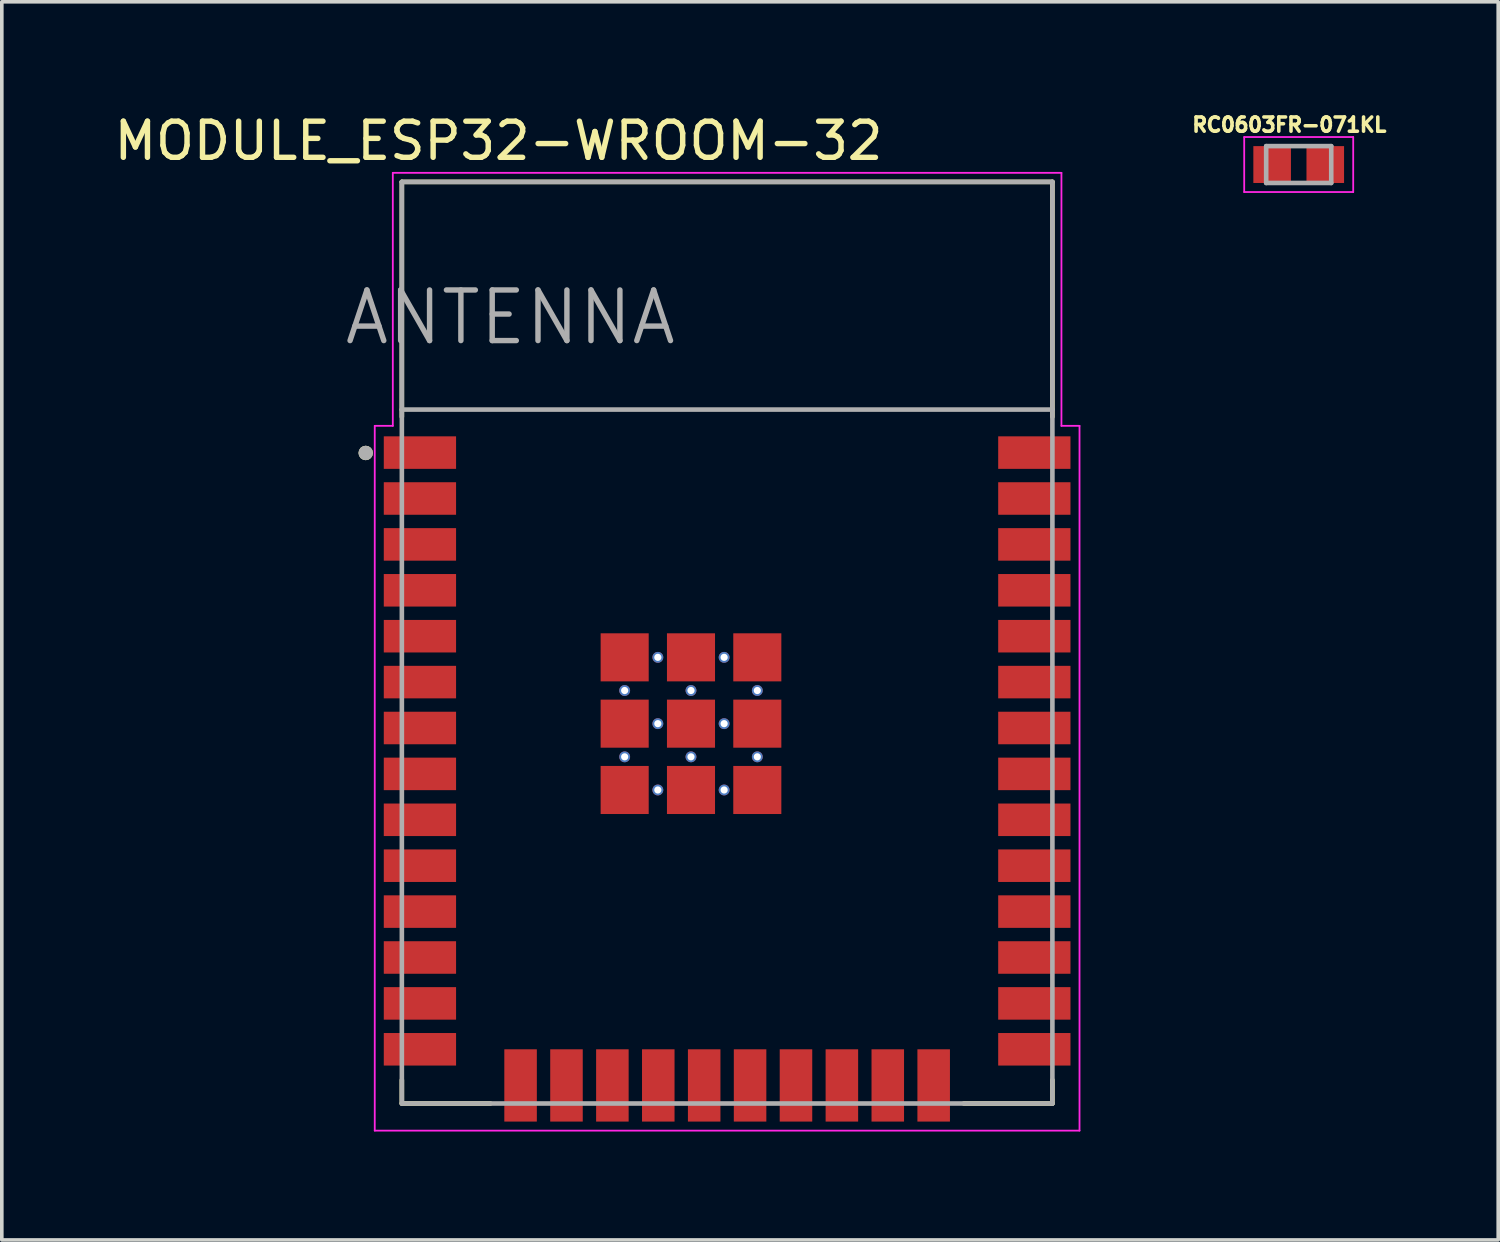
<source format=kicad_pcb>
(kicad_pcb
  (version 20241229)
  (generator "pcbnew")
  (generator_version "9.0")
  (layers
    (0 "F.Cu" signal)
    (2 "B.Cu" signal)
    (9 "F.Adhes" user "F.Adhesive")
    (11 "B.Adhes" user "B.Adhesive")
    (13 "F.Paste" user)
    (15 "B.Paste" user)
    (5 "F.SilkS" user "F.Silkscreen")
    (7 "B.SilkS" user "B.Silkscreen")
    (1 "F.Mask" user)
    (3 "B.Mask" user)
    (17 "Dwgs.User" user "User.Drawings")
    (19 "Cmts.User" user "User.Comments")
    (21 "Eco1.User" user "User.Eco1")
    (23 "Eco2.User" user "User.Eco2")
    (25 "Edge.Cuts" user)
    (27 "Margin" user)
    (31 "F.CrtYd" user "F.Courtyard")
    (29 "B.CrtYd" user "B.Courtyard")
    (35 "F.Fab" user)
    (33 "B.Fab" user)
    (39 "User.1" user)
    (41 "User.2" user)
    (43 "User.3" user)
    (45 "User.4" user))
  (footprint "MODULE_ESP32-WROOM-32"
    (layer "F.Cu")
    (at 17.069 14.733)
    (property "Reference" "MODULE_ESP32-WROOM-32" (at -6.325 -13.885 0) (layer "F.SilkS") (effects (font (size 1 1) (thickness 0.15))))
    (attr through_hole)
    (fp_line (start -9 -12.75) (end 9 -12.75) (stroke (width 0.127) (type solid)) (layer "F.SilkS"))
    (fp_line (start -9 -6.25) (end -9 -12.75) (stroke (width 0.127) (type solid)) (layer "F.SilkS"))
    (fp_line (start -9 12.1) (end -9 12.75) (stroke (width 0.127) (type solid)) (layer "F.SilkS"))
    (fp_line (start -9 12.75) (end -6.55 12.75) (stroke (width 0.127) (type solid)) (layer "F.SilkS"))
    (fp_line (start 6.55 12.75) (end 9 12.75) (stroke (width 0.127) (type solid)) (layer "F.SilkS"))
    (fp_line (start 9 -12.75) (end 9 -6.25) (stroke (width 0.127) (type solid)) (layer "F.SilkS"))
    (fp_line (start 9 12.75) (end 9 12.1) (stroke (width 0.127) (type solid)) (layer "F.SilkS"))
    (fp_circle (center -10 -5.25) (end -9.9 -5.25) (stroke (width 0.2) (type solid)) (fill no) (layer "F.SilkS"))
    (fp_line (start -9.75 -6) (end -9.25 -6) (stroke (width 0.05) (type solid)) (layer "F.CrtYd"))
    (fp_line (start -9.75 13.5) (end -9.75 -6) (stroke (width 0.05) (type solid)) (layer "F.CrtYd"))
    (fp_line (start -9.25 -13) (end 9.25 -13) (stroke (width 0.05) (type solid)) (layer "F.CrtYd"))
    (fp_line (start -9.25 -6) (end -9.25 -13) (stroke (width 0.05) (type solid)) (layer "F.CrtYd"))
    (fp_line (start 9.25 -13) (end 9.25 -6) (stroke (width 0.05) (type solid)) (layer "F.CrtYd"))
    (fp_line (start 9.25 -6) (end 9.75 -6) (stroke (width 0.05) (type solid)) (layer "F.CrtYd"))
    (fp_line (start 9.75 -6) (end 9.75 13.5) (stroke (width 0.05) (type solid)) (layer "F.CrtYd"))
    (fp_line (start 9.75 13.5) (end -9.75 13.5) (stroke (width 0.05) (type solid)) (layer "F.CrtYd"))
    (fp_line (start -9 -12.75) (end -9 -6.45) (stroke (width 0.127) (type solid)) (layer "F.Fab"))
    (fp_line (start -9 -12.75) (end 9 -12.75) (stroke (width 0.127) (type solid)) (layer "F.Fab"))
    (fp_line (start -9 -6.45) (end 9 -6.45) (stroke (width 0.127) (type solid)) (layer "F.Fab"))
    (fp_line (start -9 12.75) (end -9 -6.45) (stroke (width 0.127) (type solid)) (layer "F.Fab"))
    (fp_line (start 9 -12.75) (end 9 -6.45) (stroke (width 0.127) (type solid)) (layer "F.Fab"))
    (fp_line (start 9 -6.45) (end 9 12.75) (stroke (width 0.127) (type solid)) (layer "F.Fab"))
    (fp_line (start 9 12.75) (end -9 12.75) (stroke (width 0.127) (type solid)) (layer "F.Fab"))
    (fp_circle (center -10 -5.25) (end -9.9 -5.25) (stroke (width 0.2) (type solid)) (fill no) (layer "F.Fab"))
    (fp_text user "ANTENNA" (at -6 -9 0) (layer "F.Fab") (effects (font (size 1.4 1.4) (thickness 0.15))))
    (pad "1" smd rect (at -8.5 -5.26) (size 2 0.9) (layers "F.Cu" "F.Mask" "F.Paste"))
    (pad "2" smd rect (at -8.5 -3.99) (size 2 0.9) (layers "F.Cu" "F.Mask" "F.Paste"))
    (pad "3" smd rect (at -8.5 -2.72) (size 2 0.9) (layers "F.Cu" "F.Mask" "F.Paste"))
    (pad "4" smd rect (at -8.5 -1.45) (size 2 0.9) (layers "F.Cu" "F.Mask" "F.Paste"))
    (pad "5" smd rect (at -8.5 -0.18) (size 2 0.9) (layers "F.Cu" "F.Mask" "F.Paste"))
    (pad "6" smd rect (at -8.5 1.09) (size 2 0.9) (layers "F.Cu" "F.Mask" "F.Paste"))
    (pad "7" smd rect (at -8.5 2.36) (size 2 0.9) (layers "F.Cu" "F.Mask" "F.Paste"))
    (pad "8" smd rect (at -8.5 3.63) (size 2 0.9) (layers "F.Cu" "F.Mask" "F.Paste"))
    (pad "9" smd rect (at -8.5 4.9) (size 2 0.9) (layers "F.Cu" "F.Mask" "F.Paste"))
    (pad "10" smd rect (at -8.5 6.17) (size 2 0.9) (layers "F.Cu" "F.Mask" "F.Paste"))
    (pad "11" smd rect (at -8.5 7.44) (size 2 0.9) (layers "F.Cu" "F.Mask" "F.Paste"))
    (pad "12" smd rect (at -8.5 8.71) (size 2 0.9) (layers "F.Cu" "F.Mask" "F.Paste"))
    (pad "13" smd rect (at -8.5 9.98) (size 2 0.9) (layers "F.Cu" "F.Mask" "F.Paste"))
    (pad "14" smd rect (at -8.5 11.25) (size 2 0.9) (layers "F.Cu" "F.Mask" "F.Paste"))
    (pad "15" smd rect (at -5.715 12.25) (size 0.9 2) (layers "F.Cu" "F.Mask" "F.Paste"))
    (pad "16" smd rect (at -4.445 12.25) (size 0.9 2) (layers "F.Cu" "F.Mask" "F.Paste"))
    (pad "17" smd rect (at -3.175 12.25) (size 0.9 2) (layers "F.Cu" "F.Mask" "F.Paste"))
    (pad "18" smd rect (at -1.905 12.25) (size 0.9 2) (layers "F.Cu" "F.Mask" "F.Paste"))
    (pad "19" smd rect (at -0.635 12.25) (size 0.9 2) (layers "F.Cu" "F.Mask" "F.Paste"))
    (pad "20" smd rect (at 0.635 12.25) (size 0.9 2) (layers "F.Cu" "F.Mask" "F.Paste"))
    (pad "21" smd rect (at 1.905 12.25) (size 0.9 2) (layers "F.Cu" "F.Mask" "F.Paste"))
    (pad "22" smd rect (at 3.175 12.25) (size 0.9 2) (layers "F.Cu" "F.Mask" "F.Paste"))
    (pad "23" smd rect (at 4.445 12.25) (size 0.9 2) (layers "F.Cu" "F.Mask" "F.Paste"))
    (pad "24" smd rect (at 5.715 12.25) (size 0.9 2) (layers "F.Cu" "F.Mask" "F.Paste"))
    (pad "25" smd rect (at 8.5 11.25) (size 2 0.9) (layers "F.Cu" "F.Mask" "F.Paste"))
    (pad "26" smd rect (at 8.5 9.98) (size 2 0.9) (layers "F.Cu" "F.Mask" "F.Paste"))
    (pad "27" smd rect (at 8.5 8.71) (size 2 0.9) (layers "F.Cu" "F.Mask" "F.Paste"))
    (pad "28" smd rect (at 8.5 7.44) (size 2 0.9) (layers "F.Cu" "F.Mask" "F.Paste"))
    (pad "29" smd rect (at 8.5 6.17) (size 2 0.9) (layers "F.Cu" "F.Mask" "F.Paste"))
    (pad "30" smd rect (at 8.5 4.9) (size 2 0.9) (layers "F.Cu" "F.Mask" "F.Paste"))
    (pad "31" smd rect (at 8.5 3.63) (size 2 0.9) (layers "F.Cu" "F.Mask" "F.Paste"))
    (pad "32" smd rect (at 8.5 2.36) (size 2 0.9) (layers "F.Cu" "F.Mask" "F.Paste"))
    (pad "33" smd rect (at 8.5 1.09) (size 2 0.9) (layers "F.Cu" "F.Mask" "F.Paste"))
    (pad "34" smd rect (at 8.5 -0.18) (size 2 0.9) (layers "F.Cu" "F.Mask" "F.Paste"))
    (pad "35" smd rect (at 8.5 -1.45) (size 2 0.9) (layers "F.Cu" "F.Mask" "F.Paste"))
    (pad "36" smd rect (at 8.5 -2.72) (size 2 0.9) (layers "F.Cu" "F.Mask" "F.Paste"))
    (pad "37" smd rect (at 8.5 -3.99) (size 2 0.9) (layers "F.Cu" "F.Mask" "F.Paste"))
    (pad "38" smd rect (at 8.5 -5.26) (size 2 0.9) (layers "F.Cu" "F.Mask" "F.Paste"))
    (pad "39_1" smd rect (at -2.835 0.405) (size 1.33 1.33) (layers "F.Cu" "F.Mask" "F.Paste"))
    (pad "39_2" smd rect (at -1 0.405) (size 1.33 1.33) (layers "F.Cu" "F.Mask" "F.Paste"))
    (pad "39_3" smd rect (at 0.835 0.405) (size 1.33 1.33) (layers "F.Cu" "F.Mask" "F.Paste"))
    (pad "39_4" smd rect (at -2.835 2.24) (size 1.33 1.33) (layers "F.Cu" "F.Mask" "F.Paste"))
    (pad "39_5" smd rect (at -1 2.24) (size 1.33 1.33) (layers "F.Cu" "F.Mask" "F.Paste"))
    (pad "39_6" smd rect (at 0.835 2.24) (size 1.33 1.33) (layers "F.Cu" "F.Mask" "F.Paste"))
    (pad "39_7" smd rect (at -2.835 4.075) (size 1.33 1.33) (layers "F.Cu" "F.Mask" "F.Paste"))
    (pad "39_8" smd rect (at -1 4.075) (size 1.33 1.33) (layers "F.Cu" "F.Mask" "F.Paste"))
    (pad "39_9" smd rect (at 0.835 4.075) (size 1.33 1.33) (layers "F.Cu" "F.Mask" "F.Paste"))
    (pad "39_10" thru_hole circle (at -1.917 0.405) (size 0.3 0.3) (drill 0.2) (layers "*.Cu" "*.Mask"))
    (pad "39_11" thru_hole circle (at -0.083 0.405) (size 0.3 0.3) (drill 0.2) (layers "*.Cu" "*.Mask"))
    (pad "39_12" thru_hole circle (at -2.835 1.323) (size 0.3 0.3) (drill 0.2) (layers "*.Cu" "*.Mask"))
    (pad "39_13" thru_hole circle (at -1 1.323) (size 0.3 0.3) (drill 0.2) (layers "*.Cu" "*.Mask"))
    (pad "39_14" thru_hole circle (at 0.835 1.323) (size 0.3 0.3) (drill 0.2) (layers "*.Cu" "*.Mask"))
    (pad "39_15" thru_hole circle (at -1.917 2.24) (size 0.3 0.3) (drill 0.2) (layers "*.Cu" "*.Mask"))
    (pad "39_16" thru_hole circle (at -0.083 2.24) (size 0.3 0.3) (drill 0.2) (layers "*.Cu" "*.Mask"))
    (pad "39_17" thru_hole circle (at -2.835 3.158) (size 0.3 0.3) (drill 0.2) (layers "*.Cu" "*.Mask"))
    (pad "39_18" thru_hole circle (at -1 3.158) (size 0.3 0.3) (drill 0.2) (layers "*.Cu" "*.Mask"))
    (pad "39_19" thru_hole circle (at 0.835 3.158) (size 0.3 0.3) (drill 0.2) (layers "*.Cu" "*.Mask"))
    (pad "39_20" thru_hole circle (at -1.917 4.075) (size 0.3 0.3) (drill 0.2) (layers "*.Cu" "*.Mask"))
    (pad "39_21" thru_hole circle (at -0.083 4.075) (size 0.3 0.3) (drill 0.2) (layers "*.Cu" "*.Mask"))
    (zone (net_name "") (layer "F.Cu") (hatch full 0.508) (connect_pads) (min_thickness 0.01) (filled_areas_thickness no) (keepout (tracks not_allowed) (vias not_allowed) (pads not_allowed) (copperpour not_allowed) (footprints allowed)) (placement (enabled no)) (fill) (polygon (pts (xy 8.069 1.983) (xy 26.069 1.983) (xy 26.069 8.283) (xy 8.069 8.283))))
    (zone (net_name "") (layers "F.Cu" "B.Cu") (hatch full 0.508) (connect_pads) (min_thickness 0.01) (filled_areas_thickness no) (keepout (tracks allowed) (vias not_allowed) (pads allowed) (copperpour allowed) (footprints allowed)) (placement (enabled no)) (fill) (polygon (pts (xy 8.069 1.983) (xy 26.069 1.983) (xy 26.069 8.283) (xy 8.069 8.283))))
    (zone (net_name "") (layer "B.Cu") (hatch full 0.508) (connect_pads) (min_thickness 0.01) (filled_areas_thickness no) (keepout (tracks not_allowed) (vias not_allowed) (pads not_allowed) (copperpour not_allowed) (footprints allowed)) (placement (enabled no)) (fill) (polygon (pts (xy 8.069 1.983) (xy 26.069 1.983) (xy 26.069 8.283) (xy 8.069 8.283)))))
  (footprint "RC0603FR-071KL"
    (layer "F.Cu")
    (at 32.884 1.503)
    (property "Reference" "RC0603FR-071KL" (at -0.26 -1.1 0) (layer "F.SilkS") (effects (font (size 0.394 0.394) (thickness 0.15))))
    (attr through_hole)
    (fp_line (start -1.508 -0.761) (end 1.508 -0.761) (stroke (width 0.05) (type solid)) (layer "F.CrtYd"))
    (fp_line (start -1.508 0.761) (end -1.508 -0.761) (stroke (width 0.05) (type solid)) (layer "F.CrtYd"))
    (fp_line (start -1.508 0.761) (end 1.508 0.761) (stroke (width 0.05) (type solid)) (layer "F.CrtYd"))
    (fp_line (start 1.508 0.761) (end 1.508 -0.761) (stroke (width 0.05) (type solid)) (layer "F.CrtYd"))
    (fp_line (start -0.9 0.51) (end -0.9 -0.51) (stroke (width 0.127) (type solid)) (layer "F.Fab"))
    (fp_line (start 0.9 -0.51) (end -0.9 -0.51) (stroke (width 0.127) (type solid)) (layer "F.Fab"))
    (fp_line (start 0.9 0.51) (end -0.9 0.51) (stroke (width 0.127) (type solid)) (layer "F.Fab"))
    (fp_line (start 0.9 0.51) (end 0.9 -0.51) (stroke (width 0.127) (type solid)) (layer "F.Fab"))
    (pad "1" smd rect (at -0.735 0) (size 1.04 1.02) (layers "F.Cu" "F.Mask" "F.Paste"))
    (pad "2" smd rect (at 0.735 0) (size 1.04 1.02) (layers "F.Cu" "F.Mask" "F.Paste")))
  (gr_rect
    (start -3 -3)
    (end 38.404 31.258)
    (stroke (width 0.1) (type default))
    (fill no)
    (layer "Edge.Cuts")))
</source>
